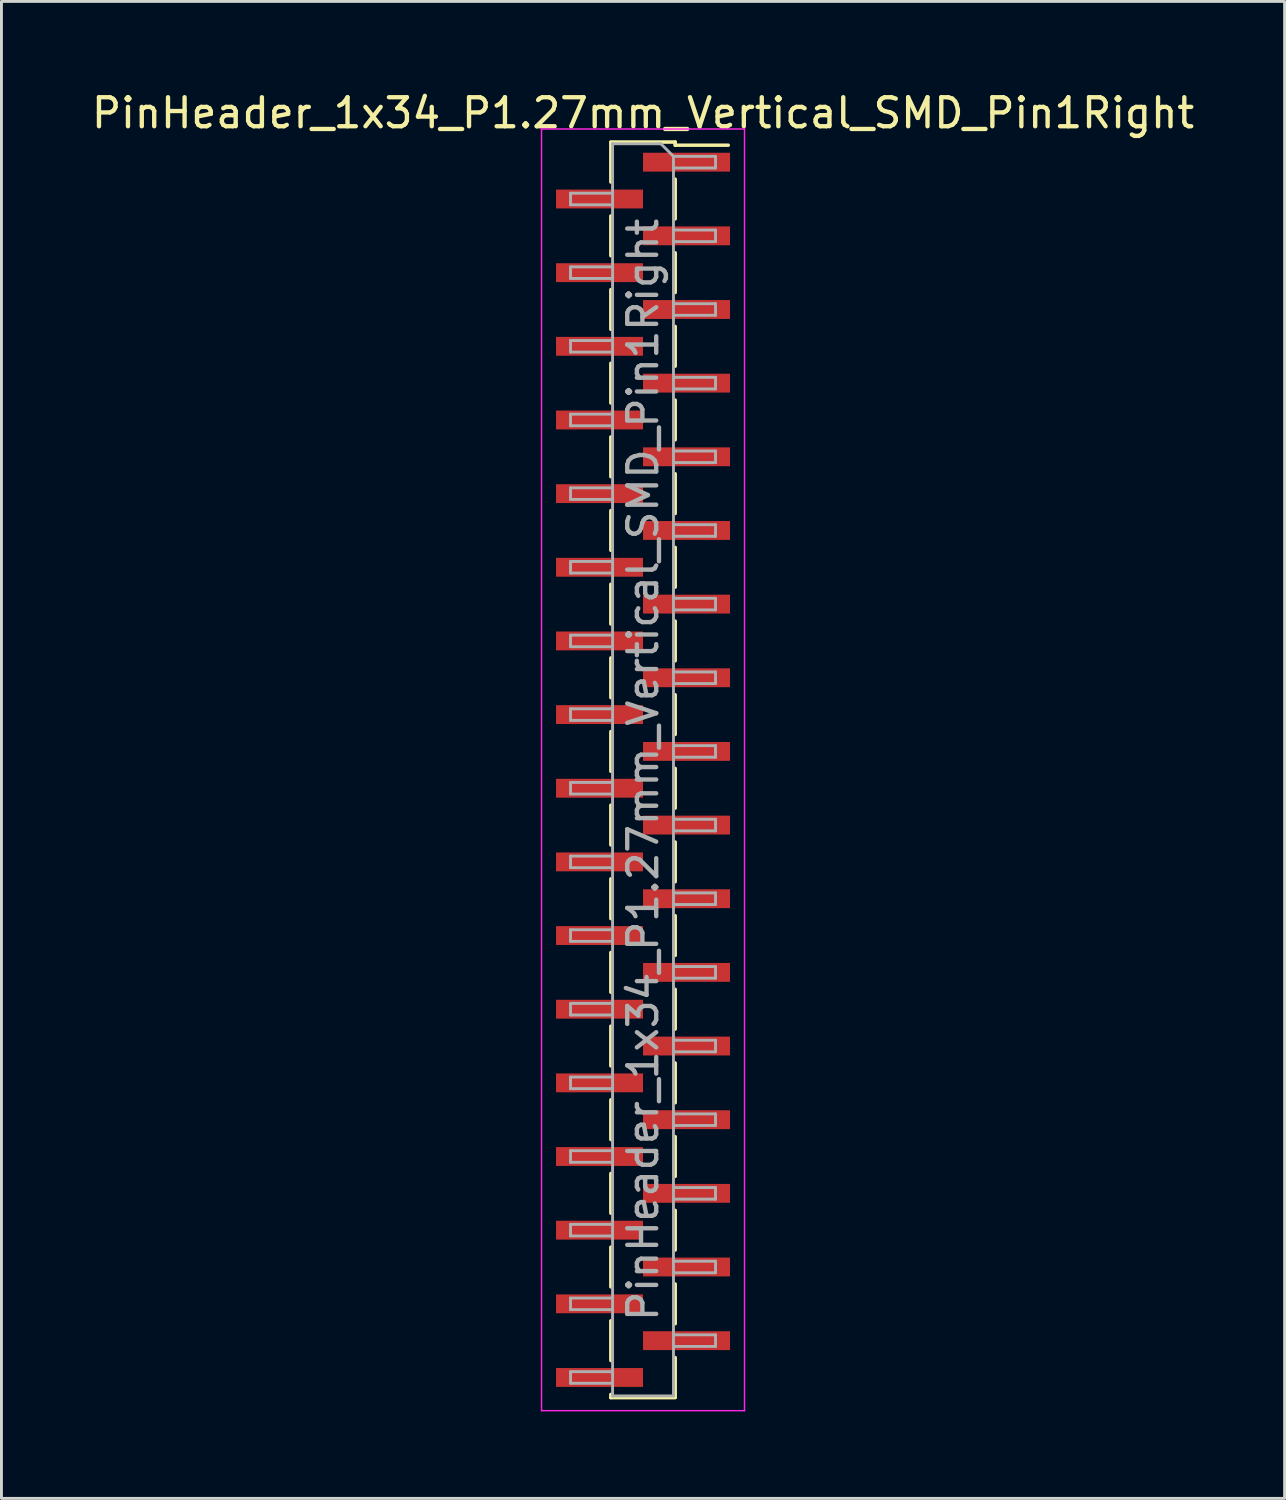
<source format=kicad_pcb>
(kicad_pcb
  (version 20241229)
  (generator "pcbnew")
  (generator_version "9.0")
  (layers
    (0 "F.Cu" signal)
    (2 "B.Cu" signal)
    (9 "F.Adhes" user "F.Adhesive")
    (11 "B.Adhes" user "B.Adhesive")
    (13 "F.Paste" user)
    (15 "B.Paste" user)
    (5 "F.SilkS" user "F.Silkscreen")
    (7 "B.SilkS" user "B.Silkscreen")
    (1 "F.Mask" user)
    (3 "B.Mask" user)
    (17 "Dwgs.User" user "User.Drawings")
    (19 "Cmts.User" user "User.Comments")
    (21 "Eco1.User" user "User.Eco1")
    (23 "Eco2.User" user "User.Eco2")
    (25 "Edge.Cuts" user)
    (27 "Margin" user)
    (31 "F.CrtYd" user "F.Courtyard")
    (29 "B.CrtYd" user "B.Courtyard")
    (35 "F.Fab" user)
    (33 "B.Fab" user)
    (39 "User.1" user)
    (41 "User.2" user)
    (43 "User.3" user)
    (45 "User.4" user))
  (footprint "PinHeader_1x34_P1.27mm_Vertical_SMD_Pin1Right"
    (layer "F.Cu")
    (at 19.125 23.498)
    (property "Reference" "PinHeader_1x34_P1.27mm_Vertical_SMD_Pin1Right" (at 0 -22.65 0) (layer "F.SilkS") (effects (font (size 1 1) (thickness 0.15))))
    (attr smd)
    (fp_line (start -1.11 -21.65) (end 1.11 -21.65) (stroke (width 0.12) (type solid)) (layer "F.SilkS"))
    (fp_line (start -1.11 -21.64) (end -1.11 -20.27) (stroke (width 0.12) (type solid)) (layer "F.SilkS"))
    (fp_line (start -1.11 -19.1) (end -1.11 -17.73) (stroke (width 0.12) (type solid)) (layer "F.SilkS"))
    (fp_line (start -1.11 -16.56) (end -1.11 -15.19) (stroke (width 0.12) (type solid)) (layer "F.SilkS"))
    (fp_line (start -1.11 -14.02) (end -1.11 -12.65) (stroke (width 0.12) (type solid)) (layer "F.SilkS"))
    (fp_line (start -1.11 -11.48) (end -1.11 -10.11) (stroke (width 0.12) (type solid)) (layer "F.SilkS"))
    (fp_line (start -1.11 -8.94) (end -1.11 -7.57) (stroke (width 0.12) (type solid)) (layer "F.SilkS"))
    (fp_line (start -1.11 -6.4) (end -1.11 -5.03) (stroke (width 0.12) (type solid)) (layer "F.SilkS"))
    (fp_line (start -1.11 -3.86) (end -1.11 -2.49) (stroke (width 0.12) (type solid)) (layer "F.SilkS"))
    (fp_line (start -1.11 -1.32) (end -1.11 0.05) (stroke (width 0.12) (type solid)) (layer "F.SilkS"))
    (fp_line (start -1.11 1.22) (end -1.11 2.59) (stroke (width 0.12) (type solid)) (layer "F.SilkS"))
    (fp_line (start -1.11 3.76) (end -1.11 5.13) (stroke (width 0.12) (type solid)) (layer "F.SilkS"))
    (fp_line (start -1.11 6.3) (end -1.11 7.67) (stroke (width 0.12) (type solid)) (layer "F.SilkS"))
    (fp_line (start -1.11 8.84) (end -1.11 10.21) (stroke (width 0.12) (type solid)) (layer "F.SilkS"))
    (fp_line (start -1.11 11.38) (end -1.11 12.75) (stroke (width 0.12) (type solid)) (layer "F.SilkS"))
    (fp_line (start -1.11 13.92) (end -1.11 15.29) (stroke (width 0.12) (type solid)) (layer "F.SilkS"))
    (fp_line (start -1.11 16.46) (end -1.11 17.83) (stroke (width 0.12) (type solid)) (layer "F.SilkS"))
    (fp_line (start -1.11 19) (end -1.11 20.37) (stroke (width 0.12) (type solid)) (layer "F.SilkS"))
    (fp_line (start -1.11 21.54) (end -1.11 21.65) (stroke (width 0.12) (type solid)) (layer "F.SilkS"))
    (fp_line (start -1.11 21.65) (end 1.11 21.65) (stroke (width 0.12) (type solid)) (layer "F.SilkS"))
    (fp_line (start 1.11 -21.65) (end 1.11 -21.54) (stroke (width 0.12) (type solid)) (layer "F.SilkS"))
    (fp_line (start 1.11 -21.54) (end 2.94 -21.54) (stroke (width 0.12) (type solid)) (layer "F.SilkS"))
    (fp_line (start 1.11 -20.37) (end 1.11 -19) (stroke (width 0.12) (type solid)) (layer "F.SilkS"))
    (fp_line (start 1.11 -17.83) (end 1.11 -16.46) (stroke (width 0.12) (type solid)) (layer "F.SilkS"))
    (fp_line (start 1.11 -15.29) (end 1.11 -13.92) (stroke (width 0.12) (type solid)) (layer "F.SilkS"))
    (fp_line (start 1.11 -12.75) (end 1.11 -11.38) (stroke (width 0.12) (type solid)) (layer "F.SilkS"))
    (fp_line (start 1.11 -10.21) (end 1.11 -8.84) (stroke (width 0.12) (type solid)) (layer "F.SilkS"))
    (fp_line (start 1.11 -7.67) (end 1.11 -6.3) (stroke (width 0.12) (type solid)) (layer "F.SilkS"))
    (fp_line (start 1.11 -5.13) (end 1.11 -3.76) (stroke (width 0.12) (type solid)) (layer "F.SilkS"))
    (fp_line (start 1.11 -2.59) (end 1.11 -1.22) (stroke (width 0.12) (type solid)) (layer "F.SilkS"))
    (fp_line (start 1.11 -0.05) (end 1.11 1.32) (stroke (width 0.12) (type solid)) (layer "F.SilkS"))
    (fp_line (start 1.11 2.49) (end 1.11 3.86) (stroke (width 0.12) (type solid)) (layer "F.SilkS"))
    (fp_line (start 1.11 5.03) (end 1.11 6.4) (stroke (width 0.12) (type solid)) (layer "F.SilkS"))
    (fp_line (start 1.11 7.57) (end 1.11 8.94) (stroke (width 0.12) (type solid)) (layer "F.SilkS"))
    (fp_line (start 1.11 10.11) (end 1.11 11.48) (stroke (width 0.12) (type solid)) (layer "F.SilkS"))
    (fp_line (start 1.11 12.65) (end 1.11 14.02) (stroke (width 0.12) (type solid)) (layer "F.SilkS"))
    (fp_line (start 1.11 15.19) (end 1.11 16.56) (stroke (width 0.12) (type solid)) (layer "F.SilkS"))
    (fp_line (start 1.11 17.73) (end 1.11 19.1) (stroke (width 0.12) (type solid)) (layer "F.SilkS"))
    (fp_line (start 1.11 20.27) (end 1.11 21.64) (stroke (width 0.12) (type solid)) (layer "F.SilkS"))
    (fp_line (start -3.5 -22.1) (end -3.5 22.1) (stroke (width 0.05) (type solid)) (layer "F.CrtYd"))
    (fp_line (start -3.5 22.1) (end 3.5 22.1) (stroke (width 0.05) (type solid)) (layer "F.CrtYd"))
    (fp_line (start 3.5 -22.1) (end -3.5 -22.1) (stroke (width 0.05) (type solid)) (layer "F.CrtYd"))
    (fp_line (start 3.5 22.1) (end 3.5 -22.1) (stroke (width 0.05) (type solid)) (layer "F.CrtYd"))
    (fp_line (start -2.5 -19.885) (end -2.5 -19.485) (stroke (width 0.1) (type solid)) (layer "F.Fab"))
    (fp_line (start -2.5 -19.485) (end -1.05 -19.485) (stroke (width 0.1) (type solid)) (layer "F.Fab"))
    (fp_line (start -2.5 -17.345) (end -2.5 -16.945) (stroke (width 0.1) (type solid)) (layer "F.Fab"))
    (fp_line (start -2.5 -16.945) (end -1.05 -16.945) (stroke (width 0.1) (type solid)) (layer "F.Fab"))
    (fp_line (start -2.5 -14.805) (end -2.5 -14.405) (stroke (width 0.1) (type solid)) (layer "F.Fab"))
    (fp_line (start -2.5 -14.405) (end -1.05 -14.405) (stroke (width 0.1) (type solid)) (layer "F.Fab"))
    (fp_line (start -2.5 -12.265) (end -2.5 -11.865) (stroke (width 0.1) (type solid)) (layer "F.Fab"))
    (fp_line (start -2.5 -11.865) (end -1.05 -11.865) (stroke (width 0.1) (type solid)) (layer "F.Fab"))
    (fp_line (start -2.5 -9.725) (end -2.5 -9.325) (stroke (width 0.1) (type solid)) (layer "F.Fab"))
    (fp_line (start -2.5 -9.325) (end -1.05 -9.325) (stroke (width 0.1) (type solid)) (layer "F.Fab"))
    (fp_line (start -2.5 -7.185) (end -2.5 -6.785) (stroke (width 0.1) (type solid)) (layer "F.Fab"))
    (fp_line (start -2.5 -6.785) (end -1.05 -6.785) (stroke (width 0.1) (type solid)) (layer "F.Fab"))
    (fp_line (start -2.5 -4.645) (end -2.5 -4.245) (stroke (width 0.1) (type solid)) (layer "F.Fab"))
    (fp_line (start -2.5 -4.245) (end -1.05 -4.245) (stroke (width 0.1) (type solid)) (layer "F.Fab"))
    (fp_line (start -2.5 -2.105) (end -2.5 -1.705) (stroke (width 0.1) (type solid)) (layer "F.Fab"))
    (fp_line (start -2.5 -1.705) (end -1.05 -1.705) (stroke (width 0.1) (type solid)) (layer "F.Fab"))
    (fp_line (start -2.5 0.435) (end -2.5 0.835) (stroke (width 0.1) (type solid)) (layer "F.Fab"))
    (fp_line (start -2.5 0.835) (end -1.05 0.835) (stroke (width 0.1) (type solid)) (layer "F.Fab"))
    (fp_line (start -2.5 2.975) (end -2.5 3.375) (stroke (width 0.1) (type solid)) (layer "F.Fab"))
    (fp_line (start -2.5 3.375) (end -1.05 3.375) (stroke (width 0.1) (type solid)) (layer "F.Fab"))
    (fp_line (start -2.5 5.515) (end -2.5 5.915) (stroke (width 0.1) (type solid)) (layer "F.Fab"))
    (fp_line (start -2.5 5.915) (end -1.05 5.915) (stroke (width 0.1) (type solid)) (layer "F.Fab"))
    (fp_line (start -2.5 8.055) (end -2.5 8.455) (stroke (width 0.1) (type solid)) (layer "F.Fab"))
    (fp_line (start -2.5 8.455) (end -1.05 8.455) (stroke (width 0.1) (type solid)) (layer "F.Fab"))
    (fp_line (start -2.5 10.595) (end -2.5 10.995) (stroke (width 0.1) (type solid)) (layer "F.Fab"))
    (fp_line (start -2.5 10.995) (end -1.05 10.995) (stroke (width 0.1) (type solid)) (layer "F.Fab"))
    (fp_line (start -2.5 13.135) (end -2.5 13.535) (stroke (width 0.1) (type solid)) (layer "F.Fab"))
    (fp_line (start -2.5 13.535) (end -1.05 13.535) (stroke (width 0.1) (type solid)) (layer "F.Fab"))
    (fp_line (start -2.5 15.675) (end -2.5 16.075) (stroke (width 0.1) (type solid)) (layer "F.Fab"))
    (fp_line (start -2.5 16.075) (end -1.05 16.075) (stroke (width 0.1) (type solid)) (layer "F.Fab"))
    (fp_line (start -2.5 18.215) (end -2.5 18.615) (stroke (width 0.1) (type solid)) (layer "F.Fab"))
    (fp_line (start -2.5 18.615) (end -1.05 18.615) (stroke (width 0.1) (type solid)) (layer "F.Fab"))
    (fp_line (start -2.5 20.755) (end -2.5 21.155) (stroke (width 0.1) (type solid)) (layer "F.Fab"))
    (fp_line (start -2.5 21.155) (end -1.05 21.155) (stroke (width 0.1) (type solid)) (layer "F.Fab"))
    (fp_line (start -1.05 -21.59) (end -1.05 21.59) (stroke (width 0.1) (type solid)) (layer "F.Fab"))
    (fp_line (start -1.05 -21.59) (end 0.615 -21.59) (stroke (width 0.1) (type solid)) (layer "F.Fab"))
    (fp_line (start -1.05 -19.885) (end -2.5 -19.885) (stroke (width 0.1) (type solid)) (layer "F.Fab"))
    (fp_line (start -1.05 -17.345) (end -2.5 -17.345) (stroke (width 0.1) (type solid)) (layer "F.Fab"))
    (fp_line (start -1.05 -14.805) (end -2.5 -14.805) (stroke (width 0.1) (type solid)) (layer "F.Fab"))
    (fp_line (start -1.05 -12.265) (end -2.5 -12.265) (stroke (width 0.1) (type solid)) (layer "F.Fab"))
    (fp_line (start -1.05 -9.725) (end -2.5 -9.725) (stroke (width 0.1) (type solid)) (layer "F.Fab"))
    (fp_line (start -1.05 -7.185) (end -2.5 -7.185) (stroke (width 0.1) (type solid)) (layer "F.Fab"))
    (fp_line (start -1.05 -4.645) (end -2.5 -4.645) (stroke (width 0.1) (type solid)) (layer "F.Fab"))
    (fp_line (start -1.05 -2.105) (end -2.5 -2.105) (stroke (width 0.1) (type solid)) (layer "F.Fab"))
    (fp_line (start -1.05 0.435) (end -2.5 0.435) (stroke (width 0.1) (type solid)) (layer "F.Fab"))
    (fp_line (start -1.05 2.975) (end -2.5 2.975) (stroke (width 0.1) (type solid)) (layer "F.Fab"))
    (fp_line (start -1.05 5.515) (end -2.5 5.515) (stroke (width 0.1) (type solid)) (layer "F.Fab"))
    (fp_line (start -1.05 8.055) (end -2.5 8.055) (stroke (width 0.1) (type solid)) (layer "F.Fab"))
    (fp_line (start -1.05 10.595) (end -2.5 10.595) (stroke (width 0.1) (type solid)) (layer "F.Fab"))
    (fp_line (start -1.05 13.135) (end -2.5 13.135) (stroke (width 0.1) (type solid)) (layer "F.Fab"))
    (fp_line (start -1.05 15.675) (end -2.5 15.675) (stroke (width 0.1) (type solid)) (layer "F.Fab"))
    (fp_line (start -1.05 18.215) (end -2.5 18.215) (stroke (width 0.1) (type solid)) (layer "F.Fab"))
    (fp_line (start -1.05 20.755) (end -2.5 20.755) (stroke (width 0.1) (type solid)) (layer "F.Fab"))
    (fp_line (start 1.05 -21.155) (end 0.615 -21.59) (stroke (width 0.1) (type solid)) (layer "F.Fab"))
    (fp_line (start 1.05 -21.155) (end 2.5 -21.155) (stroke (width 0.1) (type solid)) (layer "F.Fab"))
    (fp_line (start 1.05 -18.615) (end 2.5 -18.615) (stroke (width 0.1) (type solid)) (layer "F.Fab"))
    (fp_line (start 1.05 -16.075) (end 2.5 -16.075) (stroke (width 0.1) (type solid)) (layer "F.Fab"))
    (fp_line (start 1.05 -13.535) (end 2.5 -13.535) (stroke (width 0.1) (type solid)) (layer "F.Fab"))
    (fp_line (start 1.05 -10.995) (end 2.5 -10.995) (stroke (width 0.1) (type solid)) (layer "F.Fab"))
    (fp_line (start 1.05 -8.455) (end 2.5 -8.455) (stroke (width 0.1) (type solid)) (layer "F.Fab"))
    (fp_line (start 1.05 -5.915) (end 2.5 -5.915) (stroke (width 0.1) (type solid)) (layer "F.Fab"))
    (fp_line (start 1.05 -3.375) (end 2.5 -3.375) (stroke (width 0.1) (type solid)) (layer "F.Fab"))
    (fp_line (start 1.05 -0.835) (end 2.5 -0.835) (stroke (width 0.1) (type solid)) (layer "F.Fab"))
    (fp_line (start 1.05 1.705) (end 2.5 1.705) (stroke (width 0.1) (type solid)) (layer "F.Fab"))
    (fp_line (start 1.05 4.245) (end 2.5 4.245) (stroke (width 0.1) (type solid)) (layer "F.Fab"))
    (fp_line (start 1.05 6.785) (end 2.5 6.785) (stroke (width 0.1) (type solid)) (layer "F.Fab"))
    (fp_line (start 1.05 9.325) (end 2.5 9.325) (stroke (width 0.1) (type solid)) (layer "F.Fab"))
    (fp_line (start 1.05 11.865) (end 2.5 11.865) (stroke (width 0.1) (type solid)) (layer "F.Fab"))
    (fp_line (start 1.05 14.405) (end 2.5 14.405) (stroke (width 0.1) (type solid)) (layer "F.Fab"))
    (fp_line (start 1.05 16.945) (end 2.5 16.945) (stroke (width 0.1) (type solid)) (layer "F.Fab"))
    (fp_line (start 1.05 19.485) (end 2.5 19.485) (stroke (width 0.1) (type solid)) (layer "F.Fab"))
    (fp_line (start 1.05 21.59) (end -1.05 21.59) (stroke (width 0.1) (type solid)) (layer "F.Fab"))
    (fp_line (start 1.05 21.59) (end 1.05 -21.155) (stroke (width 0.1) (type solid)) (layer "F.Fab"))
    (fp_line (start 2.5 -21.155) (end 2.5 -20.755) (stroke (width 0.1) (type solid)) (layer "F.Fab"))
    (fp_line (start 2.5 -20.755) (end 1.05 -20.755) (stroke (width 0.1) (type solid)) (layer "F.Fab"))
    (fp_line (start 2.5 -18.615) (end 2.5 -18.215) (stroke (width 0.1) (type solid)) (layer "F.Fab"))
    (fp_line (start 2.5 -18.215) (end 1.05 -18.215) (stroke (width 0.1) (type solid)) (layer "F.Fab"))
    (fp_line (start 2.5 -16.075) (end 2.5 -15.675) (stroke (width 0.1) (type solid)) (layer "F.Fab"))
    (fp_line (start 2.5 -15.675) (end 1.05 -15.675) (stroke (width 0.1) (type solid)) (layer "F.Fab"))
    (fp_line (start 2.5 -13.535) (end 2.5 -13.135) (stroke (width 0.1) (type solid)) (layer "F.Fab"))
    (fp_line (start 2.5 -13.135) (end 1.05 -13.135) (stroke (width 0.1) (type solid)) (layer "F.Fab"))
    (fp_line (start 2.5 -10.995) (end 2.5 -10.595) (stroke (width 0.1) (type solid)) (layer "F.Fab"))
    (fp_line (start 2.5 -10.595) (end 1.05 -10.595) (stroke (width 0.1) (type solid)) (layer "F.Fab"))
    (fp_line (start 2.5 -8.455) (end 2.5 -8.055) (stroke (width 0.1) (type solid)) (layer "F.Fab"))
    (fp_line (start 2.5 -8.055) (end 1.05 -8.055) (stroke (width 0.1) (type solid)) (layer "F.Fab"))
    (fp_line (start 2.5 -5.915) (end 2.5 -5.515) (stroke (width 0.1) (type solid)) (layer "F.Fab"))
    (fp_line (start 2.5 -5.515) (end 1.05 -5.515) (stroke (width 0.1) (type solid)) (layer "F.Fab"))
    (fp_line (start 2.5 -3.375) (end 2.5 -2.975) (stroke (width 0.1) (type solid)) (layer "F.Fab"))
    (fp_line (start 2.5 -2.975) (end 1.05 -2.975) (stroke (width 0.1) (type solid)) (layer "F.Fab"))
    (fp_line (start 2.5 -0.835) (end 2.5 -0.435) (stroke (width 0.1) (type solid)) (layer "F.Fab"))
    (fp_line (start 2.5 -0.435) (end 1.05 -0.435) (stroke (width 0.1) (type solid)) (layer "F.Fab"))
    (fp_line (start 2.5 1.705) (end 2.5 2.105) (stroke (width 0.1) (type solid)) (layer "F.Fab"))
    (fp_line (start 2.5 2.105) (end 1.05 2.105) (stroke (width 0.1) (type solid)) (layer "F.Fab"))
    (fp_line (start 2.5 4.245) (end 2.5 4.645) (stroke (width 0.1) (type solid)) (layer "F.Fab"))
    (fp_line (start 2.5 4.645) (end 1.05 4.645) (stroke (width 0.1) (type solid)) (layer "F.Fab"))
    (fp_line (start 2.5 6.785) (end 2.5 7.185) (stroke (width 0.1) (type solid)) (layer "F.Fab"))
    (fp_line (start 2.5 7.185) (end 1.05 7.185) (stroke (width 0.1) (type solid)) (layer "F.Fab"))
    (fp_line (start 2.5 9.325) (end 2.5 9.725) (stroke (width 0.1) (type solid)) (layer "F.Fab"))
    (fp_line (start 2.5 9.725) (end 1.05 9.725) (stroke (width 0.1) (type solid)) (layer "F.Fab"))
    (fp_line (start 2.5 11.865) (end 2.5 12.265) (stroke (width 0.1) (type solid)) (layer "F.Fab"))
    (fp_line (start 2.5 12.265) (end 1.05 12.265) (stroke (width 0.1) (type solid)) (layer "F.Fab"))
    (fp_line (start 2.5 14.405) (end 2.5 14.805) (stroke (width 0.1) (type solid)) (layer "F.Fab"))
    (fp_line (start 2.5 14.805) (end 1.05 14.805) (stroke (width 0.1) (type solid)) (layer "F.Fab"))
    (fp_line (start 2.5 16.945) (end 2.5 17.345) (stroke (width 0.1) (type solid)) (layer "F.Fab"))
    (fp_line (start 2.5 17.345) (end 1.05 17.345) (stroke (width 0.1) (type solid)) (layer "F.Fab"))
    (fp_line (start 2.5 19.485) (end 2.5 19.885) (stroke (width 0.1) (type solid)) (layer "F.Fab"))
    (fp_line (start 2.5 19.885) (end 1.05 19.885) (stroke (width 0.1) (type solid)) (layer "F.Fab"))
    (fp_text user "${REFERENCE}" (at 0 0 90) (layer "F.Fab") (effects (font (size 1 1) (thickness 0.15))))
    (pad "1" smd rect (at 1.5 -20.955) (size 3 0.65) (layers "F.Cu" "F.Mask" "F.Paste"))
    (pad "2" smd rect (at -1.5 -19.685) (size 3 0.65) (layers "F.Cu" "F.Mask" "F.Paste"))
    (pad "3" smd rect (at 1.5 -18.415) (size 3 0.65) (layers "F.Cu" "F.Mask" "F.Paste"))
    (pad "4" smd rect (at -1.5 -17.145) (size 3 0.65) (layers "F.Cu" "F.Mask" "F.Paste"))
    (pad "5" smd rect (at 1.5 -15.875) (size 3 0.65) (layers "F.Cu" "F.Mask" "F.Paste"))
    (pad "6" smd rect (at -1.5 -14.605) (size 3 0.65) (layers "F.Cu" "F.Mask" "F.Paste"))
    (pad "7" smd rect (at 1.5 -13.335) (size 3 0.65) (layers "F.Cu" "F.Mask" "F.Paste"))
    (pad "8" smd rect (at -1.5 -12.065) (size 3 0.65) (layers "F.Cu" "F.Mask" "F.Paste"))
    (pad "9" smd rect (at 1.5 -10.795) (size 3 0.65) (layers "F.Cu" "F.Mask" "F.Paste"))
    (pad "10" smd rect (at -1.5 -9.525) (size 3 0.65) (layers "F.Cu" "F.Mask" "F.Paste"))
    (pad "11" smd rect (at 1.5 -8.255) (size 3 0.65) (layers "F.Cu" "F.Mask" "F.Paste"))
    (pad "12" smd rect (at -1.5 -6.985) (size 3 0.65) (layers "F.Cu" "F.Mask" "F.Paste"))
    (pad "13" smd rect (at 1.5 -5.715) (size 3 0.65) (layers "F.Cu" "F.Mask" "F.Paste"))
    (pad "14" smd rect (at -1.5 -4.445) (size 3 0.65) (layers "F.Cu" "F.Mask" "F.Paste"))
    (pad "15" smd rect (at 1.5 -3.175) (size 3 0.65) (layers "F.Cu" "F.Mask" "F.Paste"))
    (pad "16" smd rect (at -1.5 -1.905) (size 3 0.65) (layers "F.Cu" "F.Mask" "F.Paste"))
    (pad "17" smd rect (at 1.5 -0.635) (size 3 0.65) (layers "F.Cu" "F.Mask" "F.Paste"))
    (pad "18" smd rect (at -1.5 0.635) (size 3 0.65) (layers "F.Cu" "F.Mask" "F.Paste"))
    (pad "19" smd rect (at 1.5 1.905) (size 3 0.65) (layers "F.Cu" "F.Mask" "F.Paste"))
    (pad "20" smd rect (at -1.5 3.175) (size 3 0.65) (layers "F.Cu" "F.Mask" "F.Paste"))
    (pad "21" smd rect (at 1.5 4.445) (size 3 0.65) (layers "F.Cu" "F.Mask" "F.Paste"))
    (pad "22" smd rect (at -1.5 5.715) (size 3 0.65) (layers "F.Cu" "F.Mask" "F.Paste"))
    (pad "23" smd rect (at 1.5 6.985) (size 3 0.65) (layers "F.Cu" "F.Mask" "F.Paste"))
    (pad "24" smd rect (at -1.5 8.255) (size 3 0.65) (layers "F.Cu" "F.Mask" "F.Paste"))
    (pad "25" smd rect (at 1.5 9.525) (size 3 0.65) (layers "F.Cu" "F.Mask" "F.Paste"))
    (pad "26" smd rect (at -1.5 10.795) (size 3 0.65) (layers "F.Cu" "F.Mask" "F.Paste"))
    (pad "27" smd rect (at 1.5 12.065) (size 3 0.65) (layers "F.Cu" "F.Mask" "F.Paste"))
    (pad "28" smd rect (at -1.5 13.335) (size 3 0.65) (layers "F.Cu" "F.Mask" "F.Paste"))
    (pad "29" smd rect (at 1.5 14.605) (size 3 0.65) (layers "F.Cu" "F.Mask" "F.Paste"))
    (pad "30" smd rect (at -1.5 15.875) (size 3 0.65) (layers "F.Cu" "F.Mask" "F.Paste"))
    (pad "31" smd rect (at 1.5 17.145) (size 3 0.65) (layers "F.Cu" "F.Mask" "F.Paste"))
    (pad "32" smd rect (at -1.5 18.415) (size 3 0.65) (layers "F.Cu" "F.Mask" "F.Paste"))
    (pad "33" smd rect (at 1.5 19.685) (size 3 0.65) (layers "F.Cu" "F.Mask" "F.Paste"))
    (pad "34" smd rect (at -1.5 20.955) (size 3 0.65) (layers "F.Cu" "F.Mask" "F.Paste")))
  (gr_rect
    (start -3 -3)
    (end 41.25 48.623)
    (stroke (width 0.1) (type default))
    (fill no)
    (layer "Edge.Cuts")))
</source>
